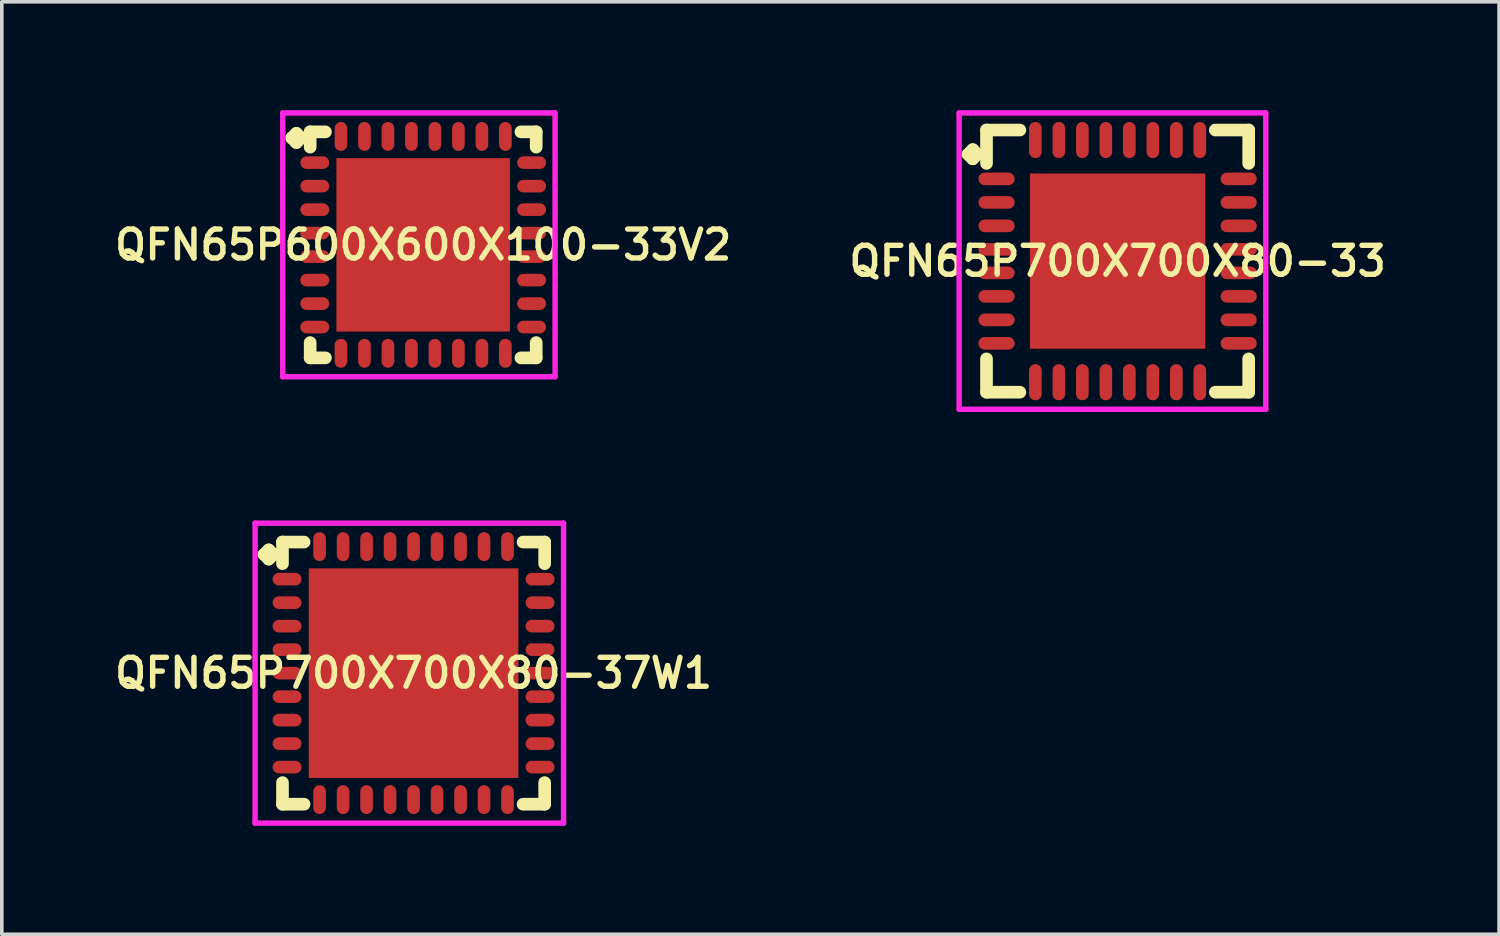
<source format=kicad_pcb>
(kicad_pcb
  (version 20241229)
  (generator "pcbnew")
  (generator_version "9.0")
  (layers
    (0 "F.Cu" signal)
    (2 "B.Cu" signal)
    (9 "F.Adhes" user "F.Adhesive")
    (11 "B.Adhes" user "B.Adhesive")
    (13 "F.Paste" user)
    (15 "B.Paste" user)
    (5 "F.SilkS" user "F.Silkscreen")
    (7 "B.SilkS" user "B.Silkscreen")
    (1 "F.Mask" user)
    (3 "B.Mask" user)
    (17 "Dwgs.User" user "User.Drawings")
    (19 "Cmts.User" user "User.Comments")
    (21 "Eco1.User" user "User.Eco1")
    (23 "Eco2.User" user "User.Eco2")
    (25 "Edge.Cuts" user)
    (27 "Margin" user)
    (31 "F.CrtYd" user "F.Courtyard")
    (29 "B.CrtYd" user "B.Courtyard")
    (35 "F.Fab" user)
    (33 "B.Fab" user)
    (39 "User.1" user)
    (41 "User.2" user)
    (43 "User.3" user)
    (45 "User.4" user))
  (footprint "QFN65P600X600X100-33V2"
    (layer "F.Cu")
    (at 8.659 3.725)
    (property "Reference" "QFN65P600X600X100-33V2" (at 0 0 0) (layer "F.SilkS") (effects (font (size 0.8 0.8) (thickness 0.15))))
    (attr smd)
    (fp_line (start -3.635 -2.958) (end -3.508 -3.085) (stroke (width 0.35) (type solid)) (layer "F.SilkS"))
    (fp_line (start -3.508 -3.085) (end -3.381 -2.958) (stroke (width 0.35) (type solid)) (layer "F.SilkS"))
    (fp_line (start -3.508 -2.831) (end -3.635 -2.958) (stroke (width 0.35) (type solid)) (layer "F.SilkS"))
    (fp_line (start -3.381 -2.958) (end -3.508 -2.831) (stroke (width 0.35) (type solid)) (layer "F.SilkS"))
    (fp_line (start -3.127 -3.127) (end -2.704 -3.127) (stroke (width 0.35) (type solid)) (layer "F.SilkS"))
    (fp_line (start -3.127 -2.704) (end -3.127 -3.127) (stroke (width 0.35) (type solid)) (layer "F.SilkS"))
    (fp_line (start -3.127 2.704) (end -3.127 3.127) (stroke (width 0.35) (type solid)) (layer "F.SilkS"))
    (fp_line (start -3.127 3.127) (end -2.704 3.127) (stroke (width 0.35) (type solid)) (layer "F.SilkS"))
    (fp_line (start 2.704 -3.127) (end 3.127 -3.127) (stroke (width 0.35) (type solid)) (layer "F.SilkS"))
    (fp_line (start 2.704 3.127) (end 3.127 3.127) (stroke (width 0.35) (type solid)) (layer "F.SilkS"))
    (fp_line (start 3.127 -3.127) (end 3.127 -2.704) (stroke (width 0.35) (type solid)) (layer "F.SilkS"))
    (fp_line (start 3.127 3.127) (end 3.127 2.704) (stroke (width 0.35) (type solid)) (layer "F.SilkS"))
    (fp_line (start -3.885 -3.65) (end 3.65 -3.65) (stroke (width 0.15) (type solid)) (layer "F.CrtYd"))
    (fp_line (start -3.885 3.65) (end -3.885 -3.65) (stroke (width 0.15) (type solid)) (layer "F.CrtYd"))
    (fp_line (start 3.65 -3.65) (end 3.65 3.65) (stroke (width 0.15) (type solid)) (layer "F.CrtYd"))
    (fp_line (start 3.65 3.65) (end -3.885 3.65) (stroke (width 0.15) (type solid)) (layer "F.CrtYd"))
    (pad "1" smd oval (at -3 -2.275) (size 0.8 0.35) (layers "F.Cu" "F.Mask" "F.Paste"))
    (pad "2" smd oval (at -3 -1.625) (size 0.8 0.35) (layers "F.Cu" "F.Mask" "F.Paste"))
    (pad "3" smd oval (at -3 -0.975) (size 0.8 0.35) (layers "F.Cu" "F.Mask" "F.Paste"))
    (pad "4" smd oval (at -3 -0.325) (size 0.8 0.35) (layers "F.Cu" "F.Mask" "F.Paste"))
    (pad "5" smd oval (at -3 0.325) (size 0.8 0.35) (layers "F.Cu" "F.Mask" "F.Paste"))
    (pad "6" smd oval (at -3 0.975) (size 0.8 0.35) (layers "F.Cu" "F.Mask" "F.Paste"))
    (pad "7" smd oval (at -3 1.625) (size 0.8 0.35) (layers "F.Cu" "F.Mask" "F.Paste"))
    (pad "8" smd oval (at -3 2.275) (size 0.8 0.35) (layers "F.Cu" "F.Mask" "F.Paste"))
    (pad "9" smd oval (at -2.275 3) (size 0.35 0.8) (layers "F.Cu" "F.Mask" "F.Paste"))
    (pad "10" smd oval (at -1.625 3) (size 0.35 0.8) (layers "F.Cu" "F.Mask" "F.Paste"))
    (pad "11" smd oval (at -0.975 3) (size 0.35 0.8) (layers "F.Cu" "F.Mask" "F.Paste"))
    (pad "12" smd oval (at -0.325 3) (size 0.35 0.8) (layers "F.Cu" "F.Mask" "F.Paste"))
    (pad "13" smd oval (at 0.325 3) (size 0.35 0.8) (layers "F.Cu" "F.Mask" "F.Paste"))
    (pad "14" smd oval (at 0.975 3) (size 0.35 0.8) (layers "F.Cu" "F.Mask" "F.Paste"))
    (pad "15" smd oval (at 1.625 3) (size 0.35 0.8) (layers "F.Cu" "F.Mask" "F.Paste"))
    (pad "16" smd oval (at 2.275 3) (size 0.35 0.8) (layers "F.Cu" "F.Mask" "F.Paste"))
    (pad "17" smd oval (at 3 2.275) (size 0.8 0.35) (layers "F.Cu" "F.Mask" "F.Paste"))
    (pad "18" smd oval (at 3 1.625) (size 0.8 0.35) (layers "F.Cu" "F.Mask" "F.Paste"))
    (pad "19" smd oval (at 3 0.975) (size 0.8 0.35) (layers "F.Cu" "F.Mask" "F.Paste"))
    (pad "20" smd oval (at 3 0.325) (size 0.8 0.35) (layers "F.Cu" "F.Mask" "F.Paste"))
    (pad "21" smd oval (at 3 -0.325) (size 0.8 0.35) (layers "F.Cu" "F.Mask" "F.Paste"))
    (pad "22" smd oval (at 3 -0.975) (size 0.8 0.35) (layers "F.Cu" "F.Mask" "F.Paste"))
    (pad "23" smd oval (at 3 -1.625) (size 0.8 0.35) (layers "F.Cu" "F.Mask" "F.Paste"))
    (pad "24" smd oval (at 3 -2.275) (size 0.8 0.35) (layers "F.Cu" "F.Mask" "F.Paste"))
    (pad "25" smd oval (at 2.275 -3) (size 0.35 0.8) (layers "F.Cu" "F.Mask" "F.Paste"))
    (pad "26" smd oval (at 1.625 -3) (size 0.35 0.8) (layers "F.Cu" "F.Mask" "F.Paste"))
    (pad "27" smd oval (at 0.975 -3) (size 0.35 0.8) (layers "F.Cu" "F.Mask" "F.Paste"))
    (pad "28" smd oval (at 0.325 -3) (size 0.35 0.8) (layers "F.Cu" "F.Mask" "F.Paste"))
    (pad "29" smd oval (at -0.325 -3) (size 0.35 0.8) (layers "F.Cu" "F.Mask" "F.Paste"))
    (pad "30" smd oval (at -0.975 -3) (size 0.35 0.8) (layers "F.Cu" "F.Mask" "F.Paste"))
    (pad "31" smd oval (at -1.625 -3) (size 0.35 0.8) (layers "F.Cu" "F.Mask" "F.Paste"))
    (pad "32" smd oval (at -2.275 -3) (size 0.35 0.8) (layers "F.Cu" "F.Mask" "F.Paste"))
    (pad "33" smd rect (at 0 0) (size 4.8 4.8) (layers "F.Cu" "F.Mask" "F.Paste")))
  (footprint "QFN65P700X700X80-37W1"
    (layer "F.Cu")
    (at 8.393 15.575)
    (property "Reference" "QFN65P700X700X80-37W1" (at 0 0 0) (layer "F.SilkS") (effects (font (size 0.8 0.8) (thickness 0.15))))
    (attr through_hole)
    (fp_line (start -4.135 -3.283) (end -4.008 -3.41) (stroke (width 0.35) (type solid)) (layer "F.SilkS"))
    (fp_line (start -4.008 -3.41) (end -3.881 -3.283) (stroke (width 0.35) (type solid)) (layer "F.SilkS"))
    (fp_line (start -4.008 -3.156) (end -4.135 -3.283) (stroke (width 0.35) (type solid)) (layer "F.SilkS"))
    (fp_line (start -3.881 -3.283) (end -4.008 -3.156) (stroke (width 0.35) (type solid)) (layer "F.SilkS"))
    (fp_line (start -3.627 -3.627) (end -3.029 -3.627) (stroke (width 0.35) (type solid)) (layer "F.SilkS"))
    (fp_line (start -3.627 -3.029) (end -3.627 -3.627) (stroke (width 0.35) (type solid)) (layer "F.SilkS"))
    (fp_line (start -3.627 3.029) (end -3.627 3.627) (stroke (width 0.35) (type solid)) (layer "F.SilkS"))
    (fp_line (start -3.627 3.627) (end -3.029 3.627) (stroke (width 0.35) (type solid)) (layer "F.SilkS"))
    (fp_line (start 3.029 -3.627) (end 3.627 -3.627) (stroke (width 0.35) (type solid)) (layer "F.SilkS"))
    (fp_line (start 3.029 3.627) (end 3.627 3.627) (stroke (width 0.35) (type solid)) (layer "F.SilkS"))
    (fp_line (start 3.627 -3.627) (end 3.627 -3.029) (stroke (width 0.35) (type solid)) (layer "F.SilkS"))
    (fp_line (start 3.627 3.627) (end 3.627 3.029) (stroke (width 0.35) (type solid)) (layer "F.SilkS"))
    (fp_line (start -4.385 -4.15) (end 4.15 -4.15) (stroke (width 0.15) (type solid)) (layer "F.CrtYd"))
    (fp_line (start -4.385 4.15) (end -4.385 -4.15) (stroke (width 0.15) (type solid)) (layer "F.CrtYd"))
    (fp_line (start 4.15 -4.15) (end 4.15 4.15) (stroke (width 0.15) (type solid)) (layer "F.CrtYd"))
    (fp_line (start 4.15 4.15) (end -4.385 4.15) (stroke (width 0.15) (type solid)) (layer "F.CrtYd"))
    (pad "1" smd oval (at -3.5 -2.6) (size 0.8 0.35) (layers "F.Cu" "F.Mask" "F.Paste"))
    (pad "2" smd oval (at -3.5 -1.95) (size 0.8 0.35) (layers "F.Cu" "F.Mask" "F.Paste"))
    (pad "3" smd oval (at -3.5 -1.3) (size 0.8 0.35) (layers "F.Cu" "F.Mask" "F.Paste"))
    (pad "4" smd oval (at -3.5 -0.65) (size 0.8 0.35) (layers "F.Cu" "F.Mask" "F.Paste"))
    (pad "5" smd oval (at -3.5 0) (size 0.8 0.35) (layers "F.Cu" "F.Mask" "F.Paste"))
    (pad "6" smd oval (at -3.5 0.65) (size 0.8 0.35) (layers "F.Cu" "F.Mask" "F.Paste"))
    (pad "7" smd oval (at -3.5 1.3) (size 0.8 0.35) (layers "F.Cu" "F.Mask" "F.Paste"))
    (pad "8" smd oval (at -3.5 1.95) (size 0.8 0.35) (layers "F.Cu" "F.Mask" "F.Paste"))
    (pad "9" smd oval (at -3.5 2.6) (size 0.8 0.35) (layers "F.Cu" "F.Mask" "F.Paste"))
    (pad "10" smd oval (at -2.6 3.5) (size 0.35 0.8) (layers "F.Cu" "F.Mask" "F.Paste"))
    (pad "11" smd oval (at -1.95 3.5) (size 0.35 0.8) (layers "F.Cu" "F.Mask" "F.Paste"))
    (pad "12" smd oval (at -1.3 3.5) (size 0.35 0.8) (layers "F.Cu" "F.Mask" "F.Paste"))
    (pad "13" smd oval (at -0.65 3.5) (size 0.35 0.8) (layers "F.Cu" "F.Mask" "F.Paste"))
    (pad "14" smd oval (at 0 3.5) (size 0.35 0.8) (layers "F.Cu" "F.Mask" "F.Paste"))
    (pad "15" smd oval (at 0.65 3.5) (size 0.35 0.8) (layers "F.Cu" "F.Mask" "F.Paste"))
    (pad "16" smd oval (at 1.3 3.5) (size 0.35 0.8) (layers "F.Cu" "F.Mask" "F.Paste"))
    (pad "17" smd oval (at 1.95 3.5) (size 0.35 0.8) (layers "F.Cu" "F.Mask" "F.Paste"))
    (pad "18" smd oval (at 2.6 3.5) (size 0.35 0.8) (layers "F.Cu" "F.Mask" "F.Paste"))
    (pad "19" smd oval (at 3.5 2.6) (size 0.8 0.35) (layers "F.Cu" "F.Mask" "F.Paste"))
    (pad "20" smd oval (at 3.5 1.95) (size 0.8 0.35) (layers "F.Cu" "F.Mask" "F.Paste"))
    (pad "21" smd oval (at 3.5 1.3) (size 0.8 0.35) (layers "F.Cu" "F.Mask" "F.Paste"))
    (pad "22" smd oval (at 3.5 0.65) (size 0.8 0.35) (layers "F.Cu" "F.Mask" "F.Paste"))
    (pad "23" smd oval (at 3.5 0) (size 0.8 0.35) (layers "F.Cu" "F.Mask" "F.Paste"))
    (pad "24" smd oval (at 3.5 -0.65) (size 0.8 0.35) (layers "F.Cu" "F.Mask" "F.Paste"))
    (pad "25" smd oval (at 3.5 -1.3) (size 0.8 0.35) (layers "F.Cu" "F.Mask" "F.Paste"))
    (pad "26" smd oval (at 3.5 -1.95) (size 0.8 0.35) (layers "F.Cu" "F.Mask" "F.Paste"))
    (pad "27" smd oval (at 3.5 -2.6) (size 0.8 0.35) (layers "F.Cu" "F.Mask" "F.Paste"))
    (pad "28" smd oval (at 2.6 -3.5) (size 0.35 0.8) (layers "F.Cu" "F.Mask" "F.Paste"))
    (pad "29" smd oval (at 1.95 -3.5) (size 0.35 0.8) (layers "F.Cu" "F.Mask" "F.Paste"))
    (pad "30" smd oval (at 1.3 -3.5) (size 0.35 0.8) (layers "F.Cu" "F.Mask" "F.Paste"))
    (pad "31" smd oval (at 0.65 -3.5) (size 0.35 0.8) (layers "F.Cu" "F.Mask" "F.Paste"))
    (pad "32" smd oval (at 0 -3.5) (size 0.35 0.8) (layers "F.Cu" "F.Mask" "F.Paste"))
    (pad "33" smd oval (at -0.65 -3.5) (size 0.35 0.8) (layers "F.Cu" "F.Mask" "F.Paste"))
    (pad "34" smd oval (at -1.3 -3.5) (size 0.35 0.8) (layers "F.Cu" "F.Mask" "F.Paste"))
    (pad "35" smd oval (at -1.95 -3.5) (size 0.35 0.8) (layers "F.Cu" "F.Mask" "F.Paste"))
    (pad "36" smd oval (at -2.6 -3.5) (size 0.35 0.8) (layers "F.Cu" "F.Mask" "F.Paste"))
    (pad "37" smd rect (at 0 0) (size 5.8 5.8) (layers "F.Cu" "F.Mask" "F.Paste")))
  (footprint "QFN65P700X700X80-33"
    (layer "F.Cu")
    (at 27.873 4.175)
    (property "Reference" "QFN65P700X700X80-33" (at 0 0 0) (layer "F.SilkS") (effects (font (size 0.8 0.8) (thickness 0.15))))
    (attr through_hole)
    (fp_line (start -4.135 -2.958) (end -4.008 -3.085) (stroke (width 0.35) (type solid)) (layer "F.SilkS"))
    (fp_line (start -4.008 -3.085) (end -3.881 -2.958) (stroke (width 0.35) (type solid)) (layer "F.SilkS"))
    (fp_line (start -4.008 -2.831) (end -4.135 -2.958) (stroke (width 0.35) (type solid)) (layer "F.SilkS"))
    (fp_line (start -3.881 -2.958) (end -4.008 -2.831) (stroke (width 0.35) (type solid)) (layer "F.SilkS"))
    (fp_line (start -3.627 -3.627) (end -2.704 -3.627) (stroke (width 0.35) (type solid)) (layer "F.SilkS"))
    (fp_line (start -3.627 -2.704) (end -3.627 -3.627) (stroke (width 0.35) (type solid)) (layer "F.SilkS"))
    (fp_line (start -3.627 2.704) (end -3.627 3.627) (stroke (width 0.35) (type solid)) (layer "F.SilkS"))
    (fp_line (start -3.627 3.627) (end -2.704 3.627) (stroke (width 0.35) (type solid)) (layer "F.SilkS"))
    (fp_line (start 2.704 -3.627) (end 3.627 -3.627) (stroke (width 0.35) (type solid)) (layer "F.SilkS"))
    (fp_line (start 2.704 3.627) (end 3.627 3.627) (stroke (width 0.35) (type solid)) (layer "F.SilkS"))
    (fp_line (start 3.627 -3.627) (end 3.627 -2.704) (stroke (width 0.35) (type solid)) (layer "F.SilkS"))
    (fp_line (start 3.627 3.627) (end 3.627 2.704) (stroke (width 0.35) (type solid)) (layer "F.SilkS"))
    (fp_line (start -4.385 -4.1) (end 4.1 -4.1) (stroke (width 0.15) (type solid)) (layer "F.CrtYd"))
    (fp_line (start -4.385 4.1) (end -4.385 -4.1) (stroke (width 0.15) (type solid)) (layer "F.CrtYd"))
    (fp_line (start 4.1 -4.1) (end 4.1 4.1) (stroke (width 0.15) (type solid)) (layer "F.CrtYd"))
    (fp_line (start 4.1 4.1) (end -4.385 4.1) (stroke (width 0.15) (type solid)) (layer "F.CrtYd"))
    (pad "1" smd oval (at -3.35 -2.275) (size 1 0.35) (layers "F.Cu" "F.Mask" "F.Paste"))
    (pad "2" smd oval (at -3.35 -1.625) (size 1 0.35) (layers "F.Cu" "F.Mask" "F.Paste"))
    (pad "3" smd oval (at -3.35 -0.975) (size 1 0.35) (layers "F.Cu" "F.Mask" "F.Paste"))
    (pad "4" smd oval (at -3.35 -0.325) (size 1 0.35) (layers "F.Cu" "F.Mask" "F.Paste"))
    (pad "5" smd oval (at -3.35 0.325) (size 1 0.35) (layers "F.Cu" "F.Mask" "F.Paste"))
    (pad "6" smd oval (at -3.35 0.975) (size 1 0.35) (layers "F.Cu" "F.Mask" "F.Paste"))
    (pad "7" smd oval (at -3.35 1.625) (size 1 0.35) (layers "F.Cu" "F.Mask" "F.Paste"))
    (pad "8" smd oval (at -3.35 2.275) (size 1 0.35) (layers "F.Cu" "F.Mask" "F.Paste"))
    (pad "9" smd oval (at -2.275 3.35) (size 0.35 1) (layers "F.Cu" "F.Mask" "F.Paste"))
    (pad "10" smd oval (at -1.625 3.35) (size 0.35 1) (layers "F.Cu" "F.Mask" "F.Paste"))
    (pad "11" smd oval (at -0.975 3.35) (size 0.35 1) (layers "F.Cu" "F.Mask" "F.Paste"))
    (pad "12" smd oval (at -0.325 3.35) (size 0.35 1) (layers "F.Cu" "F.Mask" "F.Paste"))
    (pad "13" smd oval (at 0.325 3.35) (size 0.35 1) (layers "F.Cu" "F.Mask" "F.Paste"))
    (pad "14" smd oval (at 0.975 3.35) (size 0.35 1) (layers "F.Cu" "F.Mask" "F.Paste"))
    (pad "15" smd oval (at 1.625 3.35) (size 0.35 1) (layers "F.Cu" "F.Mask" "F.Paste"))
    (pad "16" smd oval (at 2.275 3.35) (size 0.35 1) (layers "F.Cu" "F.Mask" "F.Paste"))
    (pad "17" smd oval (at 3.35 2.275) (size 1 0.35) (layers "F.Cu" "F.Mask" "F.Paste"))
    (pad "18" smd oval (at 3.35 1.625) (size 1 0.35) (layers "F.Cu" "F.Mask" "F.Paste"))
    (pad "19" smd oval (at 3.35 0.975) (size 1 0.35) (layers "F.Cu" "F.Mask" "F.Paste"))
    (pad "20" smd oval (at 3.35 0.325) (size 1 0.35) (layers "F.Cu" "F.Mask" "F.Paste"))
    (pad "21" smd oval (at 3.35 -0.325) (size 1 0.35) (layers "F.Cu" "F.Mask" "F.Paste"))
    (pad "22" smd oval (at 3.35 -0.975) (size 1 0.35) (layers "F.Cu" "F.Mask" "F.Paste"))
    (pad "23" smd oval (at 3.35 -1.625) (size 1 0.35) (layers "F.Cu" "F.Mask" "F.Paste"))
    (pad "24" smd oval (at 3.35 -2.275) (size 1 0.35) (layers "F.Cu" "F.Mask" "F.Paste"))
    (pad "25" smd oval (at 2.275 -3.35) (size 0.35 1) (layers "F.Cu" "F.Mask" "F.Paste"))
    (pad "26" smd oval (at 1.625 -3.35) (size 0.35 1) (layers "F.Cu" "F.Mask" "F.Paste"))
    (pad "27" smd oval (at 0.975 -3.35) (size 0.35 1) (layers "F.Cu" "F.Mask" "F.Paste"))
    (pad "28" smd oval (at 0.325 -3.35) (size 0.35 1) (layers "F.Cu" "F.Mask" "F.Paste"))
    (pad "29" smd oval (at -0.325 -3.35) (size 0.35 1) (layers "F.Cu" "F.Mask" "F.Paste"))
    (pad "30" smd oval (at -0.975 -3.35) (size 0.35 1) (layers "F.Cu" "F.Mask" "F.Paste"))
    (pad "31" smd oval (at -1.625 -3.35) (size 0.35 1) (layers "F.Cu" "F.Mask" "F.Paste"))
    (pad "32" smd oval (at -2.275 -3.35) (size 0.35 1) (layers "F.Cu" "F.Mask" "F.Paste"))
    (pad "33" smd rect (at 0 0) (size 4.85 4.85) (layers "F.Cu" "F.Mask" "F.Paste")))
  (gr_rect
    (start -3 -3)
    (end 38.428 22.8)
    (stroke (width 0.1) (type default))
    (fill no)
    (layer "Edge.Cuts")))
</source>
